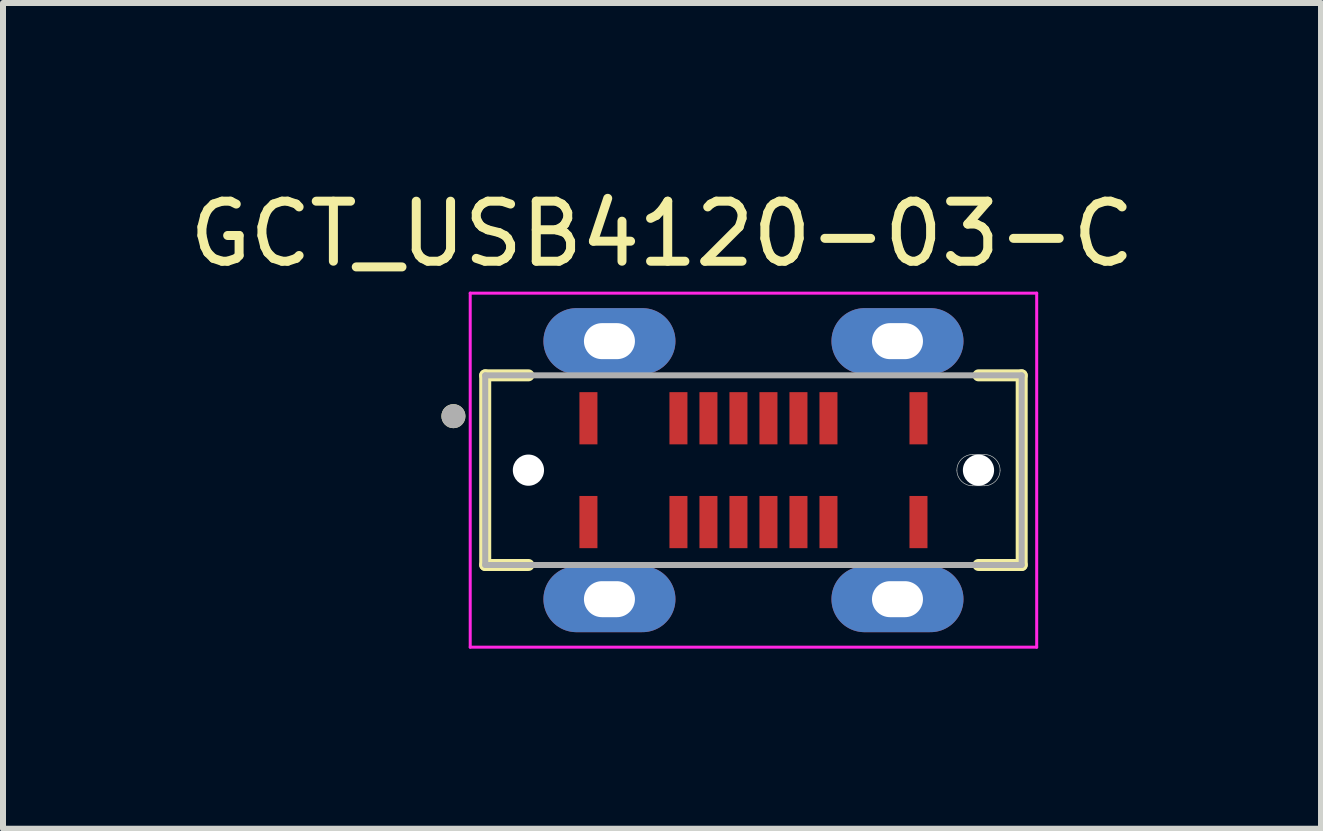
<source format=kicad_pcb>
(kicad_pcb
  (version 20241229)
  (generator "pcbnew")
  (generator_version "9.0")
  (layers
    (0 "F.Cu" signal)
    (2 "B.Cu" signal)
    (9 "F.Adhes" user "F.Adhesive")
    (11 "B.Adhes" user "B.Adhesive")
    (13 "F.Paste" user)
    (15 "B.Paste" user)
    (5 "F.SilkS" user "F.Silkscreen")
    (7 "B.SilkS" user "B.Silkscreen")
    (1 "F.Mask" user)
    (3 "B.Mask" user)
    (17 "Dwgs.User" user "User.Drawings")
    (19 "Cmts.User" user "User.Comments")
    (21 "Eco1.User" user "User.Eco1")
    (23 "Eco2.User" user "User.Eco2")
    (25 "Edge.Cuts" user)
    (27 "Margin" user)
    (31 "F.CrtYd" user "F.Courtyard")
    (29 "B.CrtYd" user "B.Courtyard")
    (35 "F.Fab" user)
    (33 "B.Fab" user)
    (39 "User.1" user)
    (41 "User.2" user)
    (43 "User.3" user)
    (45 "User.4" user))
  (footprint "GCT_USB4120-03-C"
    (layer "F.Cu")
    (at 9.506 4.785)
    (property "Reference" "GCT_USB4120-03-C" (at -1.524 -3.937 0) (layer "F.SilkS") (effects (font (size 1 1) (thickness 0.15))))
    (attr smd)
    (fp_line (start -4.47 -1.58) (end -4.47 1.58) (stroke (width 0.2) (type solid)) (layer "F.SilkS"))
    (fp_line (start -4.47 1.58) (end -3.75 1.58) (stroke (width 0.2) (type solid)) (layer "F.SilkS"))
    (fp_line (start -3.75 -1.58) (end -4.47 -1.58) (stroke (width 0.2) (type solid)) (layer "F.SilkS"))
    (fp_line (start 3.75 -1.58) (end 4.47 -1.58) (stroke (width 0.2) (type solid)) (layer "F.SilkS"))
    (fp_line (start 4.47 -1.58) (end 4.47 1.58) (stroke (width 0.2) (type solid)) (layer "F.SilkS"))
    (fp_line (start 4.47 1.58) (end 3.75 1.58) (stroke (width 0.2) (type solid)) (layer "F.SilkS"))
    (fp_circle (center -5 -0.9) (end -4.9 -0.9) (stroke (width 0.2) (type solid)) (fill no) (layer "F.SilkS"))
    (fp_line (start 3.65 -0.26) (end 3.85 -0.26) (stroke (width 0.01) (type solid)) (layer "Edge.Cuts"))
    (fp_line (start 3.85 0.26) (end 3.65 0.26) (stroke (width 0.01) (type solid)) (layer "Edge.Cuts"))
    (fp_arc (start 3.39 0) (mid 3.466152 -0.183848) (end 3.65 -0.26) (stroke (width 0.01) (type solid)) (layer "Edge.Cuts"))
    (fp_arc (start 3.65 0.26) (mid 3.466152 0.183848) (end 3.39 0) (stroke (width 0.01) (type solid)) (layer "Edge.Cuts"))
    (fp_arc (start 3.85 -0.26) (mid 4.033848 -0.183848) (end 4.11 0) (stroke (width 0.01) (type solid)) (layer "Edge.Cuts"))
    (fp_arc (start 4.11 0) (mid 4.033848 0.183848) (end 3.85 0.26) (stroke (width 0.01) (type solid)) (layer "Edge.Cuts"))
    (fp_line (start -4.72 -2.95) (end 4.72 -2.95) (stroke (width 0.05) (type solid)) (layer "F.CrtYd"))
    (fp_line (start -4.72 2.95) (end -4.72 -2.95) (stroke (width 0.05) (type solid)) (layer "F.CrtYd"))
    (fp_line (start 4.72 -2.95) (end 4.72 2.95) (stroke (width 0.05) (type solid)) (layer "F.CrtYd"))
    (fp_line (start 4.72 2.95) (end -4.72 2.95) (stroke (width 0.05) (type solid)) (layer "F.CrtYd"))
    (fp_line (start -4.47 -1.58) (end 4.47 -1.58) (stroke (width 0.1) (type solid)) (layer "F.Fab"))
    (fp_line (start -4.47 1.58) (end -4.47 -1.58) (stroke (width 0.1) (type solid)) (layer "F.Fab"))
    (fp_line (start 4.47 -1.58) (end 4.47 1.58) (stroke (width 0.1) (type solid)) (layer "F.Fab"))
    (fp_line (start 4.47 1.58) (end -4.47 1.58) (stroke (width 0.1) (type solid)) (layer "F.Fab"))
    (fp_circle (center -5 -0.9) (end -4.9 -0.9) (stroke (width 0.2) (type solid)) (fill no) (layer "F.Fab"))
    (pad "" np_thru_hole circle (at -3.75 0) (size 0.52 0.52) (drill 0.52) (layers "*.Cu" "*.Mask"))
    (pad "" np_thru_hole circle (at 3.75 0) (size 0.52 0.52) (drill 0.52) (layers "*.Cu" "*.Mask"))
    (pad "A1" smd rect (at -2.75 -0.865) (size 0.3 0.87) (layers "F.Cu" "F.Mask" "F.Paste"))
    (pad "A4" smd rect (at -1.25 -0.865) (size 0.3 0.87) (layers "F.Cu" "F.Mask" "F.Paste"))
    (pad "A5" smd rect (at -0.75 -0.865) (size 0.3 0.87) (layers "F.Cu" "F.Mask" "F.Paste"))
    (pad "A6" smd rect (at -0.25 -0.865) (size 0.3 0.87) (layers "F.Cu" "F.Mask" "F.Paste"))
    (pad "A7" smd rect (at 0.25 -0.865) (size 0.3 0.87) (layers "F.Cu" "F.Mask" "F.Paste"))
    (pad "A8" smd rect (at 0.75 -0.865) (size 0.3 0.87) (layers "F.Cu" "F.Mask" "F.Paste"))
    (pad "A9" smd rect (at 1.25 -0.865) (size 0.3 0.87) (layers "F.Cu" "F.Mask" "F.Paste"))
    (pad "A12" smd rect (at 2.75 -0.865) (size 0.3 0.87) (layers "F.Cu" "F.Mask" "F.Paste"))
    (pad "B1" smd rect (at 2.75 0.865) (size 0.3 0.87) (layers "F.Cu" "F.Mask" "F.Paste"))
    (pad "B4" smd rect (at 1.25 0.865) (size 0.3 0.87) (layers "F.Cu" "F.Mask" "F.Paste"))
    (pad "B5" smd rect (at 0.75 0.865) (size 0.3 0.87) (layers "F.Cu" "F.Mask" "F.Paste"))
    (pad "B6" smd rect (at 0.25 0.865) (size 0.3 0.87) (layers "F.Cu" "F.Mask" "F.Paste"))
    (pad "B7" smd rect (at -0.25 0.865) (size 0.3 0.87) (layers "F.Cu" "F.Mask" "F.Paste"))
    (pad "B8" smd rect (at -0.75 0.865) (size 0.3 0.87) (layers "F.Cu" "F.Mask" "F.Paste"))
    (pad "B9" smd rect (at -1.25 0.865) (size 0.3 0.87) (layers "F.Cu" "F.Mask" "F.Paste"))
    (pad "B12" smd rect (at -2.75 0.865) (size 0.3 0.87) (layers "F.Cu" "F.Mask" "F.Paste"))
    (pad "S1" thru_hole oval (at -2.4 -2.15) (size 2.2 1.1) (drill oval 0.85 0.6) (layers "*.Cu" "*.Mask"))
    (pad "S2" thru_hole oval (at -2.4 2.15) (size 2.2 1.1) (drill oval 0.85 0.6) (layers "*.Cu" "*.Mask"))
    (pad "S3" thru_hole oval (at 2.4 -2.15) (size 2.2 1.1) (drill oval 0.85 0.6) (layers "*.Cu" "*.Mask"))
    (pad "S4" thru_hole oval (at 2.4 2.15) (size 2.2 1.1) (drill oval 0.85 0.6) (layers "*.Cu" "*.Mask")))
  (gr_rect
    (start -3 -3)
    (end 18.964 10.76)
    (stroke (width 0.1) (type default))
    (fill no)
    (layer "Edge.Cuts")))
</source>
